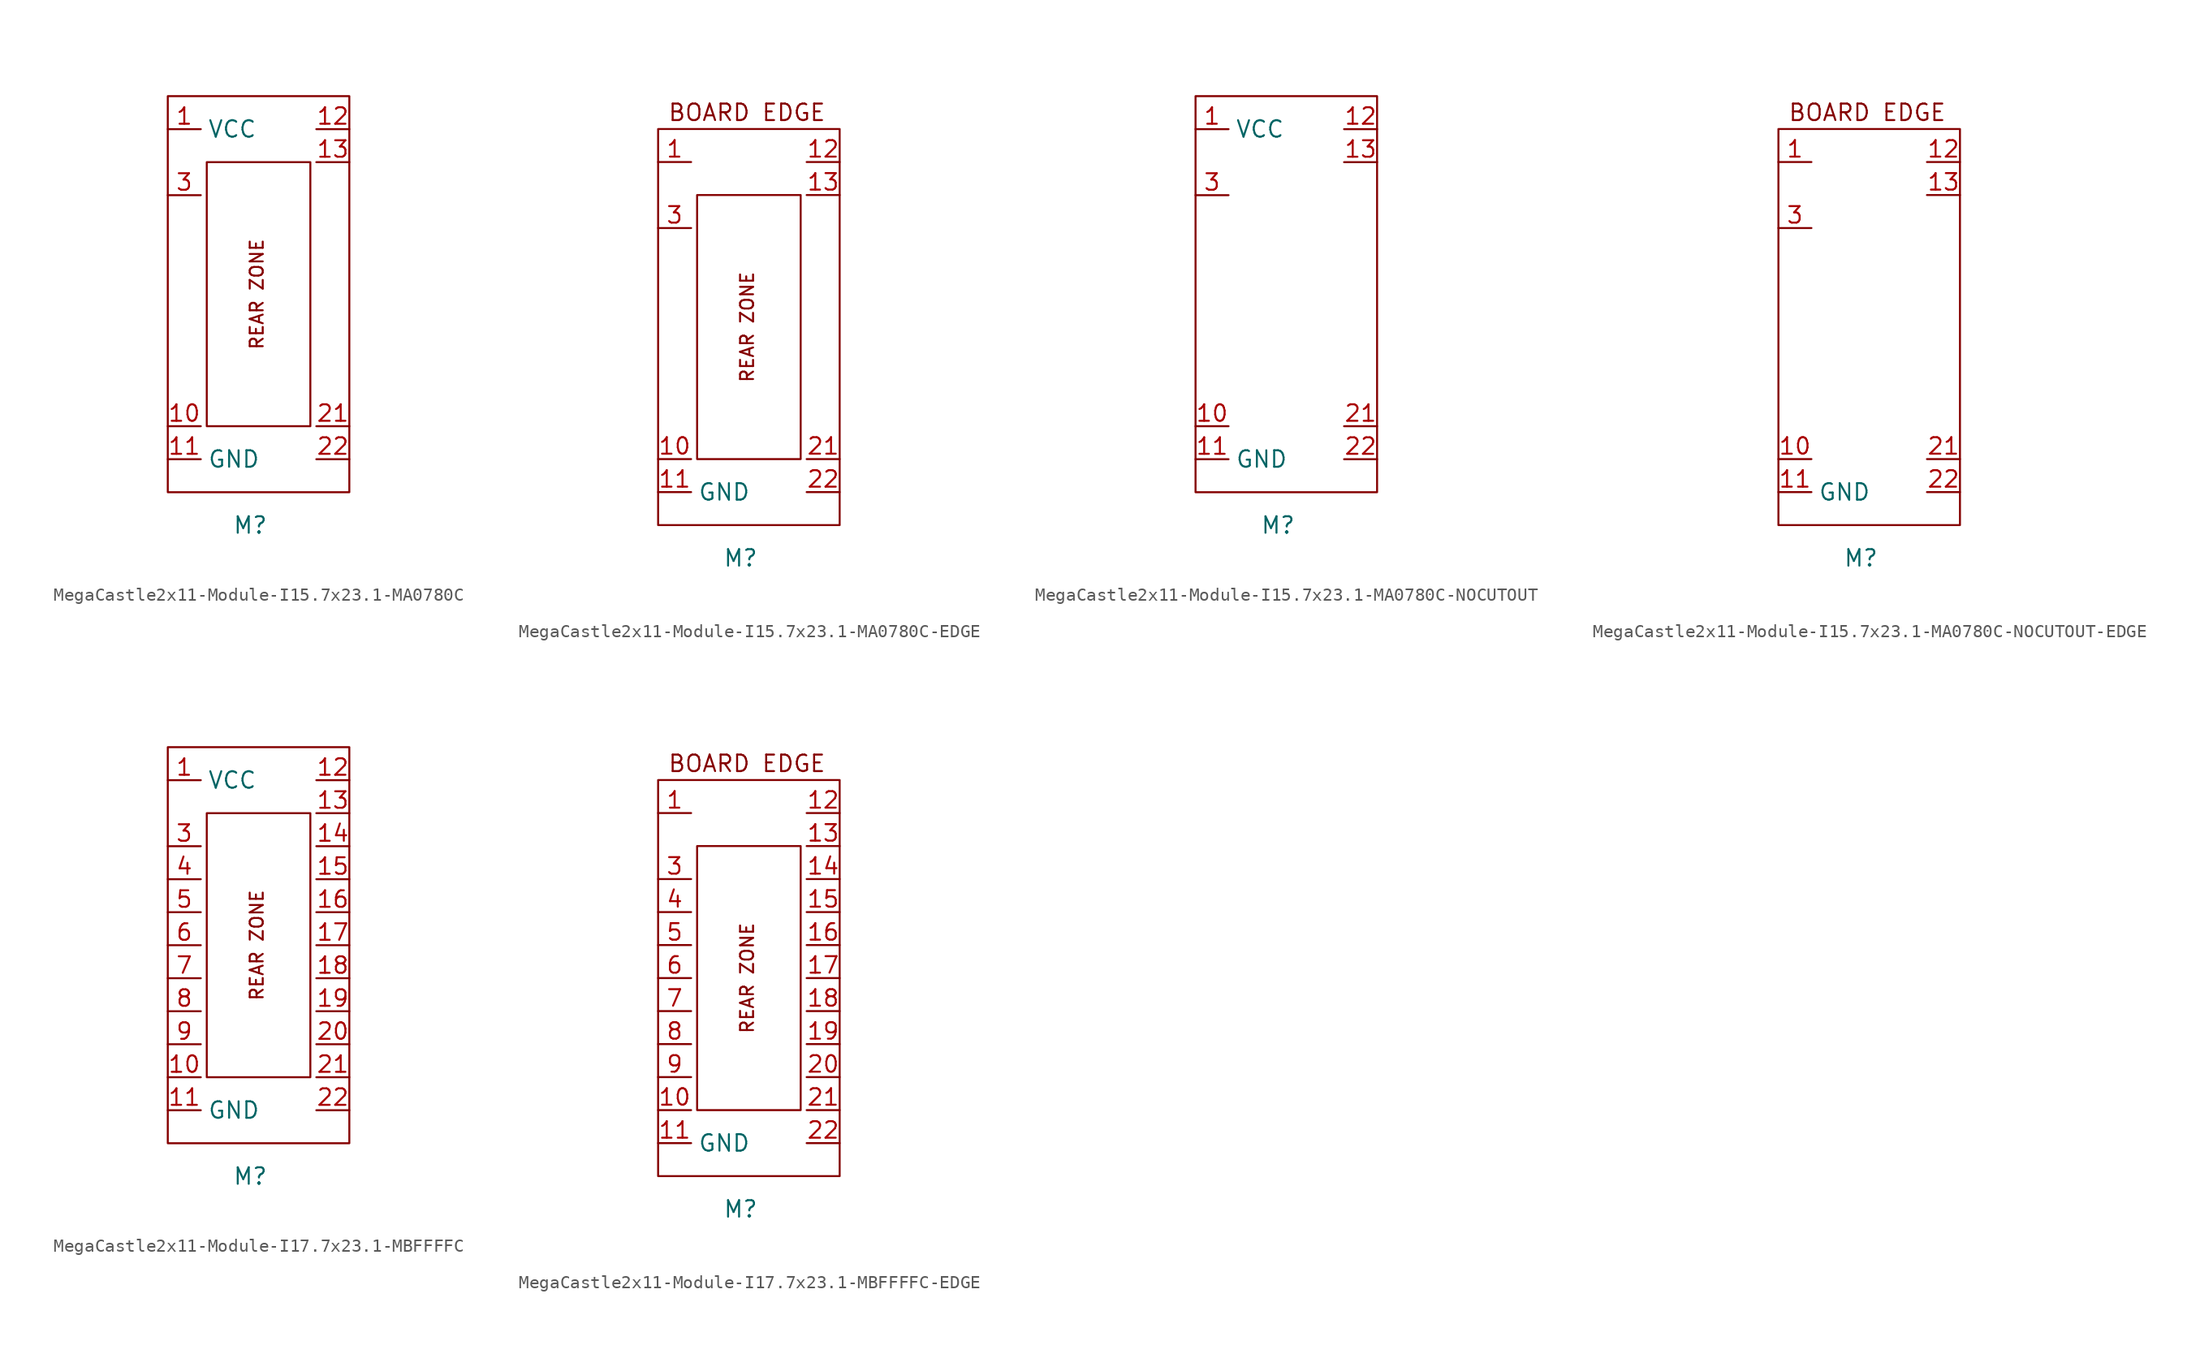
<source format=kicad_sym>
(kicad_symbol_lib
  (version 20241209)
  (generator "kicad_symbol_editor")
  (generator_version "9.0")
  (symbol "MegaCastle2x11-Module-I15.7x23.1-MA0780C"
    (property "Reference" "M"
      (at 0 -17.78 0)
      (effects (font (size 1.27 1.27))))
    (property "Value" ""
      (at 0 5.08 0)
      (effects (font (size 1.27 1.27))))
    (symbol "MegaCastle2x11-Module-I15.7x23.1-MA0780C_0_1"
      (rectangle (start -6.35 15.24) (end 7.62 -15.24) (stroke (width 0) (type default)) (fill (type none)))
      (rectangle (start -3.35 10.16) (end 4.62 -10.16) (stroke (width 0) (type default)) (fill (type none))))
    (symbol "MegaCastle2x11-Module-I15.7x23.1-MA0780C_1_1"
      (text "REAR ZONE" (at 0.5 0 900) (effects (font (size 1 1))))
      (pin bidirectional line (at -6.35 12.7 0) (length 2.54) (name "VCC" (effects (font (size 1.27 1.27)))) (number "1" (effects (font (size 1.27 1.27)))))
      (pin bidirectional line (at -6.35 7.62 0) (length 2.54) (name "" (effects (font (size 1.27 1.27)))) (number "3" (effects (font (size 1.27 1.27)))))
      (pin bidirectional line (at -6.35 -10.16 0) (length 2.54) (name "" (effects (font (size 1.27 1.27)))) (number "10" (effects (font (size 1.27 1.27)))))
      (pin bidirectional line (at -6.35 -12.7 0) (length 2.54) (name "GND" (effects (font (size 1.27 1.27)))) (number "11" (effects (font (size 1.27 1.27)))))
      (pin bidirectional line (at 7.62 12.7 180) (length 2.54) (name "" (effects (font (size 1.27 1.27)))) (number "12" (effects (font (size 1.27 1.27)))))
      (pin bidirectional line (at 7.62 10.16 180) (length 2.54) (name "" (effects (font (size 1.27 1.27)))) (number "13" (effects (font (size 1.27 1.27)))))
      (pin bidirectional line (at 7.62 -10.16 180) (length 2.54) (name "" (effects (font (size 1.27 1.27)))) (number "21" (effects (font (size 1.27 1.27)))))
      (pin bidirectional line (at 7.62 -12.7 180) (length 2.54) (name "" (effects (font (size 1.27 1.27)))) (number "22" (effects (font (size 1.27 1.27)))))))
  (symbol "MegaCastle2x11-Module-I15.7x23.1-MA0780C-EDGE"
    (property "Reference" "M"
      (at 0 -17.78 0)
      (effects (font (size 1.27 1.27))))
    (property "Value" ""
      (at 0 5.08 0)
      (effects (font (size 1.27 1.27))))
    (symbol "MegaCastle2x11-Module-I15.7x23.1-MA0780C-EDGE_0_1"
      (rectangle (start -6.35 15.24) (end 7.62 -15.24) (stroke (width 0) (type default)) (fill (type none)))
      (rectangle (start -3.35 10.16) (end 4.62 -10.16) (stroke (width 0) (type default)) (fill (type none))))
    (symbol "MegaCastle2x11-Module-I15.7x23.1-MA0780C-EDGE_1_1"
      (text " BOARD EDGE" (at 0 16.51 0) (effects (font (size 1.27 1.27))))
      (text "REAR ZONE" (at 0.5 0 900) (effects (font (size 1 1))))
      (pin bidirectional line (at -6.35 12.7 0) (length 2.54) (name "" (effects (font (size 1.27 1.27)))) (number "1" (effects (font (size 1.27 1.27)))))
      (pin bidirectional line (at -6.35 7.62 0) (length 2.54) (name "" (effects (font (size 1.27 1.27)))) (number "3" (effects (font (size 1.27 1.27)))))
      (pin bidirectional line (at -6.35 -10.16 0) (length 2.54) (name "" (effects (font (size 1.27 1.27)))) (number "10" (effects (font (size 1.27 1.27)))))
      (pin bidirectional line (at -6.35 -12.7 0) (length 2.54) (name "GND" (effects (font (size 1.27 1.27)))) (number "11" (effects (font (size 1.27 1.27)))))
      (pin bidirectional line (at 7.62 12.7 180) (length 2.54) (name "" (effects (font (size 1.27 1.27)))) (number "12" (effects (font (size 1.27 1.27)))))
      (pin bidirectional line (at 7.62 10.16 180) (length 2.54) (name "" (effects (font (size 1.27 1.27)))) (number "13" (effects (font (size 1.27 1.27)))))
      (pin bidirectional line (at 7.62 -10.16 180) (length 2.54) (name "" (effects (font (size 1.27 1.27)))) (number "21" (effects (font (size 1.27 1.27)))))
      (pin bidirectional line (at 7.62 -12.7 180) (length 2.54) (name "" (effects (font (size 1.27 1.27)))) (number "22" (effects (font (size 1.27 1.27)))))))
  (symbol "MegaCastle2x11-Module-I15.7x23.1-MA0780C-NOCUTOUT"
    (property "Reference" "M"
      (at 0 -17.78 0)
      (effects (font (size 1.27 1.27))))
    (property "Value" ""
      (at 0 5.08 0)
      (effects (font (size 1.27 1.27))))
    (symbol "MegaCastle2x11-Module-I15.7x23.1-MA0780C-NOCUTOUT_0_1"
      (rectangle (start -6.35 15.24) (end 7.62 -15.24) (stroke (width 0) (type default)) (fill (type none))))
    (symbol "MegaCastle2x11-Module-I15.7x23.1-MA0780C-NOCUTOUT_1_1"
      (pin bidirectional line (at -6.35 12.7 0) (length 2.54) (name "VCC" (effects (font (size 1.27 1.27)))) (number "1" (effects (font (size 1.27 1.27)))))
      (pin bidirectional line (at -6.35 7.62 0) (length 2.54) (name "" (effects (font (size 1.27 1.27)))) (number "3" (effects (font (size 1.27 1.27)))))
      (pin bidirectional line (at -6.35 -10.16 0) (length 2.54) (name "" (effects (font (size 1.27 1.27)))) (number "10" (effects (font (size 1.27 1.27)))))
      (pin bidirectional line (at -6.35 -12.7 0) (length 2.54) (name "GND" (effects (font (size 1.27 1.27)))) (number "11" (effects (font (size 1.27 1.27)))))
      (pin bidirectional line (at 7.62 12.7 180) (length 2.54) (name "" (effects (font (size 1.27 1.27)))) (number "12" (effects (font (size 1.27 1.27)))))
      (pin bidirectional line (at 7.62 10.16 180) (length 2.54) (name "" (effects (font (size 1.27 1.27)))) (number "13" (effects (font (size 1.27 1.27)))))
      (pin bidirectional line (at 7.62 -10.16 180) (length 2.54) (name "" (effects (font (size 1.27 1.27)))) (number "21" (effects (font (size 1.27 1.27)))))
      (pin bidirectional line (at 7.62 -12.7 180) (length 2.54) (name "" (effects (font (size 1.27 1.27)))) (number "22" (effects (font (size 1.27 1.27)))))))
  (symbol "MegaCastle2x11-Module-I15.7x23.1-MA0780C-NOCUTOUT-EDGE"
    (property "Reference" "M"
      (at 0 -17.78 0)
      (effects (font (size 1.27 1.27))))
    (property "Value" ""
      (at 0 5.08 0)
      (effects (font (size 1.27 1.27))))
    (symbol "MegaCastle2x11-Module-I15.7x23.1-MA0780C-NOCUTOUT-EDGE_0_1"
      (rectangle (start -6.35 15.24) (end 7.62 -15.24) (stroke (width 0) (type default)) (fill (type none))))
    (symbol "MegaCastle2x11-Module-I15.7x23.1-MA0780C-NOCUTOUT-EDGE_1_1"
      (text " BOARD EDGE" (at 0 16.51 0) (effects (font (size 1.27 1.27))))
      (pin bidirectional line (at -6.35 12.7 0) (length 2.54) (name "" (effects (font (size 1.27 1.27)))) (number "1" (effects (font (size 1.27 1.27)))))
      (pin bidirectional line (at -6.35 7.62 0) (length 2.54) (name "" (effects (font (size 1.27 1.27)))) (number "3" (effects (font (size 1.27 1.27)))))
      (pin bidirectional line (at -6.35 -10.16 0) (length 2.54) (name "" (effects (font (size 1.27 1.27)))) (number "10" (effects (font (size 1.27 1.27)))))
      (pin bidirectional line (at -6.35 -12.7 0) (length 2.54) (name "GND" (effects (font (size 1.27 1.27)))) (number "11" (effects (font (size 1.27 1.27)))))
      (pin bidirectional line (at 7.62 12.7 180) (length 2.54) (name "" (effects (font (size 1.27 1.27)))) (number "12" (effects (font (size 1.27 1.27)))))
      (pin bidirectional line (at 7.62 10.16 180) (length 2.54) (name "" (effects (font (size 1.27 1.27)))) (number "13" (effects (font (size 1.27 1.27)))))
      (pin bidirectional line (at 7.62 -10.16 180) (length 2.54) (name "" (effects (font (size 1.27 1.27)))) (number "21" (effects (font (size 1.27 1.27)))))
      (pin bidirectional line (at 7.62 -12.7 180) (length 2.54) (name "" (effects (font (size 1.27 1.27)))) (number "22" (effects (font (size 1.27 1.27)))))))
  (symbol "MegaCastle2x11-Module-I17.7x23.1-MBFFFFC"
    (property "Reference" "M"
      (at 0 -17.78 0)
      (effects (font (size 1.27 1.27))))
    (property "Value" ""
      (at 0 5.08 0)
      (effects (font (size 1.27 1.27))))
    (symbol "MegaCastle2x11-Module-I17.7x23.1-MBFFFFC_0_1"
      (rectangle (start -6.35 15.24) (end 7.62 -15.24) (stroke (width 0) (type default)) (fill (type none)))
      (rectangle (start -3.35 10.16) (end 4.62 -10.16) (stroke (width 0) (type default)) (fill (type none))))
    (symbol "MegaCastle2x11-Module-I17.7x23.1-MBFFFFC_1_1"
      (text "REAR ZONE" (at 0.5 0 900) (effects (font (size 1 1))))
      (pin bidirectional line (at -6.35 12.7 0) (length 2.54) (name "VCC" (effects (font (size 1.27 1.27)))) (number "1" (effects (font (size 1.27 1.27)))))
      (pin bidirectional line (at -6.35 7.62 0) (length 2.54) (name "" (effects (font (size 1.27 1.27)))) (number "3" (effects (font (size 1.27 1.27)))))
      (pin bidirectional line (at -6.35 5.08 0) (length 2.54) (name "" (effects (font (size 1.27 1.27)))) (number "4" (effects (font (size 1.27 1.27)))))
      (pin bidirectional line (at -6.35 2.54 0) (length 2.54) (name "" (effects (font (size 1.27 1.27)))) (number "5" (effects (font (size 1.27 1.27)))))
      (pin bidirectional line (at -6.35 0 0) (length 2.54) (name "" (effects (font (size 1.27 1.27)))) (number "6" (effects (font (size 1.27 1.27)))))
      (pin bidirectional line (at -6.35 -2.54 0) (length 2.54) (name "" (effects (font (size 1.27 1.27)))) (number "7" (effects (font (size 1.27 1.27)))))
      (pin bidirectional line (at -6.35 -5.08 0) (length 2.54) (name "" (effects (font (size 1.27 1.27)))) (number "8" (effects (font (size 1.27 1.27)))))
      (pin bidirectional line (at -6.35 -7.62 0) (length 2.54) (name "" (effects (font (size 1.27 1.27)))) (number "9" (effects (font (size 1.27 1.27)))))
      (pin bidirectional line (at -6.35 -10.16 0) (length 2.54) (name "" (effects (font (size 1.27 1.27)))) (number "10" (effects (font (size 1.27 1.27)))))
      (pin bidirectional line (at -6.35 -12.7 0) (length 2.54) (name "GND" (effects (font (size 1.27 1.27)))) (number "11" (effects (font (size 1.27 1.27)))))
      (pin bidirectional line (at 7.62 12.7 180) (length 2.54) (name "" (effects (font (size 1.27 1.27)))) (number "12" (effects (font (size 1.27 1.27)))))
      (pin bidirectional line (at 7.62 10.16 180) (length 2.54) (name "" (effects (font (size 1.27 1.27)))) (number "13" (effects (font (size 1.27 1.27)))))
      (pin bidirectional line (at 7.62 7.62 180) (length 2.54) (name "" (effects (font (size 1.27 1.27)))) (number "14" (effects (font (size 1.27 1.27)))))
      (pin bidirectional line (at 7.62 5.08 180) (length 2.54) (name "" (effects (font (size 1.27 1.27)))) (number "15" (effects (font (size 1.27 1.27)))))
      (pin bidirectional line (at 7.62 2.54 180) (length 2.54) (name "" (effects (font (size 1.27 1.27)))) (number "16" (effects (font (size 1.27 1.27)))))
      (pin bidirectional line (at 7.62 0 180) (length 2.54) (name "" (effects (font (size 1.27 1.27)))) (number "17" (effects (font (size 1.27 1.27)))))
      (pin bidirectional line (at 7.62 -2.54 180) (length 2.54) (name "" (effects (font (size 1.27 1.27)))) (number "18" (effects (font (size 1.27 1.27)))))
      (pin bidirectional line (at 7.62 -5.08 180) (length 2.54) (name "" (effects (font (size 1.27 1.27)))) (number "19" (effects (font (size 1.27 1.27)))))
      (pin bidirectional line (at 7.62 -7.62 180) (length 2.54) (name "" (effects (font (size 1.27 1.27)))) (number "20" (effects (font (size 1.27 1.27)))))
      (pin bidirectional line (at 7.62 -10.16 180) (length 2.54) (name "" (effects (font (size 1.27 1.27)))) (number "21" (effects (font (size 1.27 1.27)))))
      (pin bidirectional line (at 7.62 -12.7 180) (length 2.54) (name "" (effects (font (size 1.27 1.27)))) (number "22" (effects (font (size 1.27 1.27)))))))
  (symbol "MegaCastle2x11-Module-I17.7x23.1-MBFFFFC-EDGE"
    (property "Reference" "M"
      (at 0 -17.78 0)
      (effects (font (size 1.27 1.27))))
    (property "Value" ""
      (at 0 5.08 0)
      (effects (font (size 1.27 1.27))))
    (symbol "MegaCastle2x11-Module-I17.7x23.1-MBFFFFC-EDGE_0_1"
      (rectangle (start -6.35 15.24) (end 7.62 -15.24) (stroke (width 0) (type default)) (fill (type none)))
      (rectangle (start -3.35 10.16) (end 4.62 -10.16) (stroke (width 0) (type default)) (fill (type none))))
    (symbol "MegaCastle2x11-Module-I17.7x23.1-MBFFFFC-EDGE_1_1"
      (text " BOARD EDGE" (at 0 16.51 0) (effects (font (size 1.27 1.27))))
      (text "REAR ZONE" (at 0.5 0 900) (effects (font (size 1 1))))
      (pin bidirectional line (at -6.35 12.7 0) (length 2.54) (name "" (effects (font (size 1.27 1.27)))) (number "1" (effects (font (size 1.27 1.27)))))
      (pin bidirectional line (at -6.35 7.62 0) (length 2.54) (name "" (effects (font (size 1.27 1.27)))) (number "3" (effects (font (size 1.27 1.27)))))
      (pin bidirectional line (at -6.35 5.08 0) (length 2.54) (name "" (effects (font (size 1.27 1.27)))) (number "4" (effects (font (size 1.27 1.27)))))
      (pin bidirectional line (at -6.35 2.54 0) (length 2.54) (name "" (effects (font (size 1.27 1.27)))) (number "5" (effects (font (size 1.27 1.27)))))
      (pin bidirectional line (at -6.35 0 0) (length 2.54) (name "" (effects (font (size 1.27 1.27)))) (number "6" (effects (font (size 1.27 1.27)))))
      (pin bidirectional line (at -6.35 -2.54 0) (length 2.54) (name "" (effects (font (size 1.27 1.27)))) (number "7" (effects (font (size 1.27 1.27)))))
      (pin bidirectional line (at -6.35 -5.08 0) (length 2.54) (name "" (effects (font (size 1.27 1.27)))) (number "8" (effects (font (size 1.27 1.27)))))
      (pin bidirectional line (at -6.35 -7.62 0) (length 2.54) (name "" (effects (font (size 1.27 1.27)))) (number "9" (effects (font (size 1.27 1.27)))))
      (pin bidirectional line (at -6.35 -10.16 0) (length 2.54) (name "" (effects (font (size 1.27 1.27)))) (number "10" (effects (font (size 1.27 1.27)))))
      (pin bidirectional line (at -6.35 -12.7 0) (length 2.54) (name "GND" (effects (font (size 1.27 1.27)))) (number "11" (effects (font (size 1.27 1.27)))))
      (pin bidirectional line (at 7.62 12.7 180) (length 2.54) (name "" (effects (font (size 1.27 1.27)))) (number "12" (effects (font (size 1.27 1.27)))))
      (pin bidirectional line (at 7.62 10.16 180) (length 2.54) (name "" (effects (font (size 1.27 1.27)))) (number "13" (effects (font (size 1.27 1.27)))))
      (pin bidirectional line (at 7.62 7.62 180) (length 2.54) (name "" (effects (font (size 1.27 1.27)))) (number "14" (effects (font (size 1.27 1.27)))))
      (pin bidirectional line (at 7.62 5.08 180) (length 2.54) (name "" (effects (font (size 1.27 1.27)))) (number "15" (effects (font (size 1.27 1.27)))))
      (pin bidirectional line (at 7.62 2.54 180) (length 2.54) (name "" (effects (font (size 1.27 1.27)))) (number "16" (effects (font (size 1.27 1.27)))))
      (pin bidirectional line (at 7.62 0 180) (length 2.54) (name "" (effects (font (size 1.27 1.27)))) (number "17" (effects (font (size 1.27 1.27)))))
      (pin bidirectional line (at 7.62 -2.54 180) (length 2.54) (name "" (effects (font (size 1.27 1.27)))) (number "18" (effects (font (size 1.27 1.27)))))
      (pin bidirectional line (at 7.62 -5.08 180) (length 2.54) (name "" (effects (font (size 1.27 1.27)))) (number "19" (effects (font (size 1.27 1.27)))))
      (pin bidirectional line (at 7.62 -7.62 180) (length 2.54) (name "" (effects (font (size 1.27 1.27)))) (number "20" (effects (font (size 1.27 1.27)))))
      (pin bidirectional line (at 7.62 -10.16 180) (length 2.54) (name "" (effects (font (size 1.27 1.27)))) (number "21" (effects (font (size 1.27 1.27)))))
      (pin bidirectional line (at 7.62 -12.7 180) (length 2.54) (name "" (effects (font (size 1.27 1.27)))) (number "22" (effects (font (size 1.27 1.27))))))))
</source>
